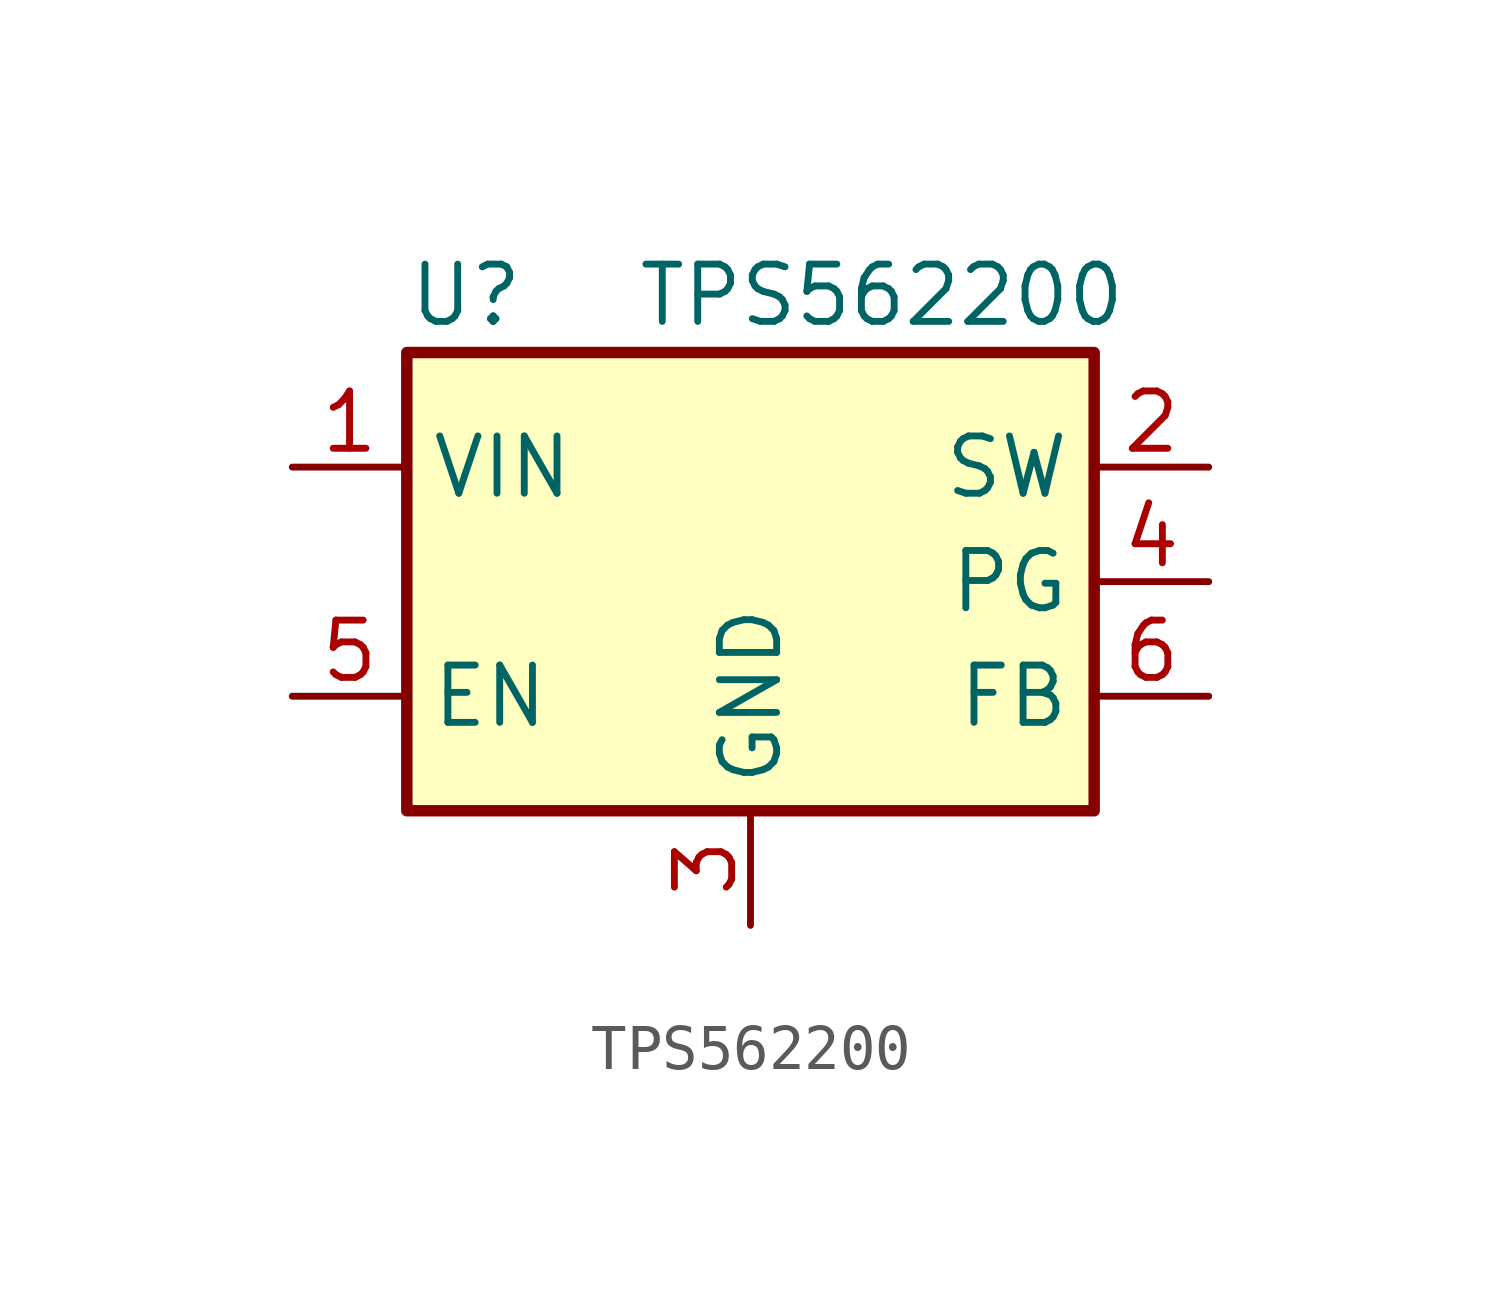
<source format=kicad_sym>
(kicad_symbol_lib
  (version 20211014)
  (generator kicad_symbol_editor)
  (symbol "TPS562200"
    (property "Reference" "U"
      (at -7.62 6.35 0)
      (effects (font (size 1.27 1.27)) (justify left)))
    (property "Value" "TPS562200"
      (at -2.54 6.35 0)
      (effects (font (size 1.27 1.27)) (justify left)))
    (symbol "TPS562200_0_1"
      (rectangle (start -7.62 5.08) (end 7.62 -5.08) (stroke (width 0.254) (type default) (color 0 0 0 0)) (fill (type background))))
    (symbol "TPS562200_1_1"
      (pin power_in line (at -10.16 2.54 0) (length 2.54) (name "VIN" (effects (font (size 1.27 1.27)))) (number "1" (effects (font (size 1.27 1.27)))))
      (pin output line (at 10.16 2.54 180) (length 2.54) (name "SW" (effects (font (size 1.27 1.27)))) (number "2" (effects (font (size 1.27 1.27)))))
      (pin power_in line (at 0 -7.62 90) (length 2.54) (name "GND" (effects (font (size 1.27 1.27)))) (number "3" (effects (font (size 1.27 1.27)))))
      (pin passive line (at 10.16 0 180) (length 2.54) (name "PG" (effects (font (size 1.27 1.27)))) (number "4" (effects (font (size 1.27 1.27)))))
      (pin input line (at -10.16 -2.54 0) (length 2.54) (name "EN" (effects (font (size 1.27 1.27)))) (number "5" (effects (font (size 1.27 1.27)))))
      (pin input line (at 10.16 -2.54 180) (length 2.54) (name "FB" (effects (font (size 1.27 1.27)))) (number "6" (effects (font (size 1.27 1.27))))))))
</source>
